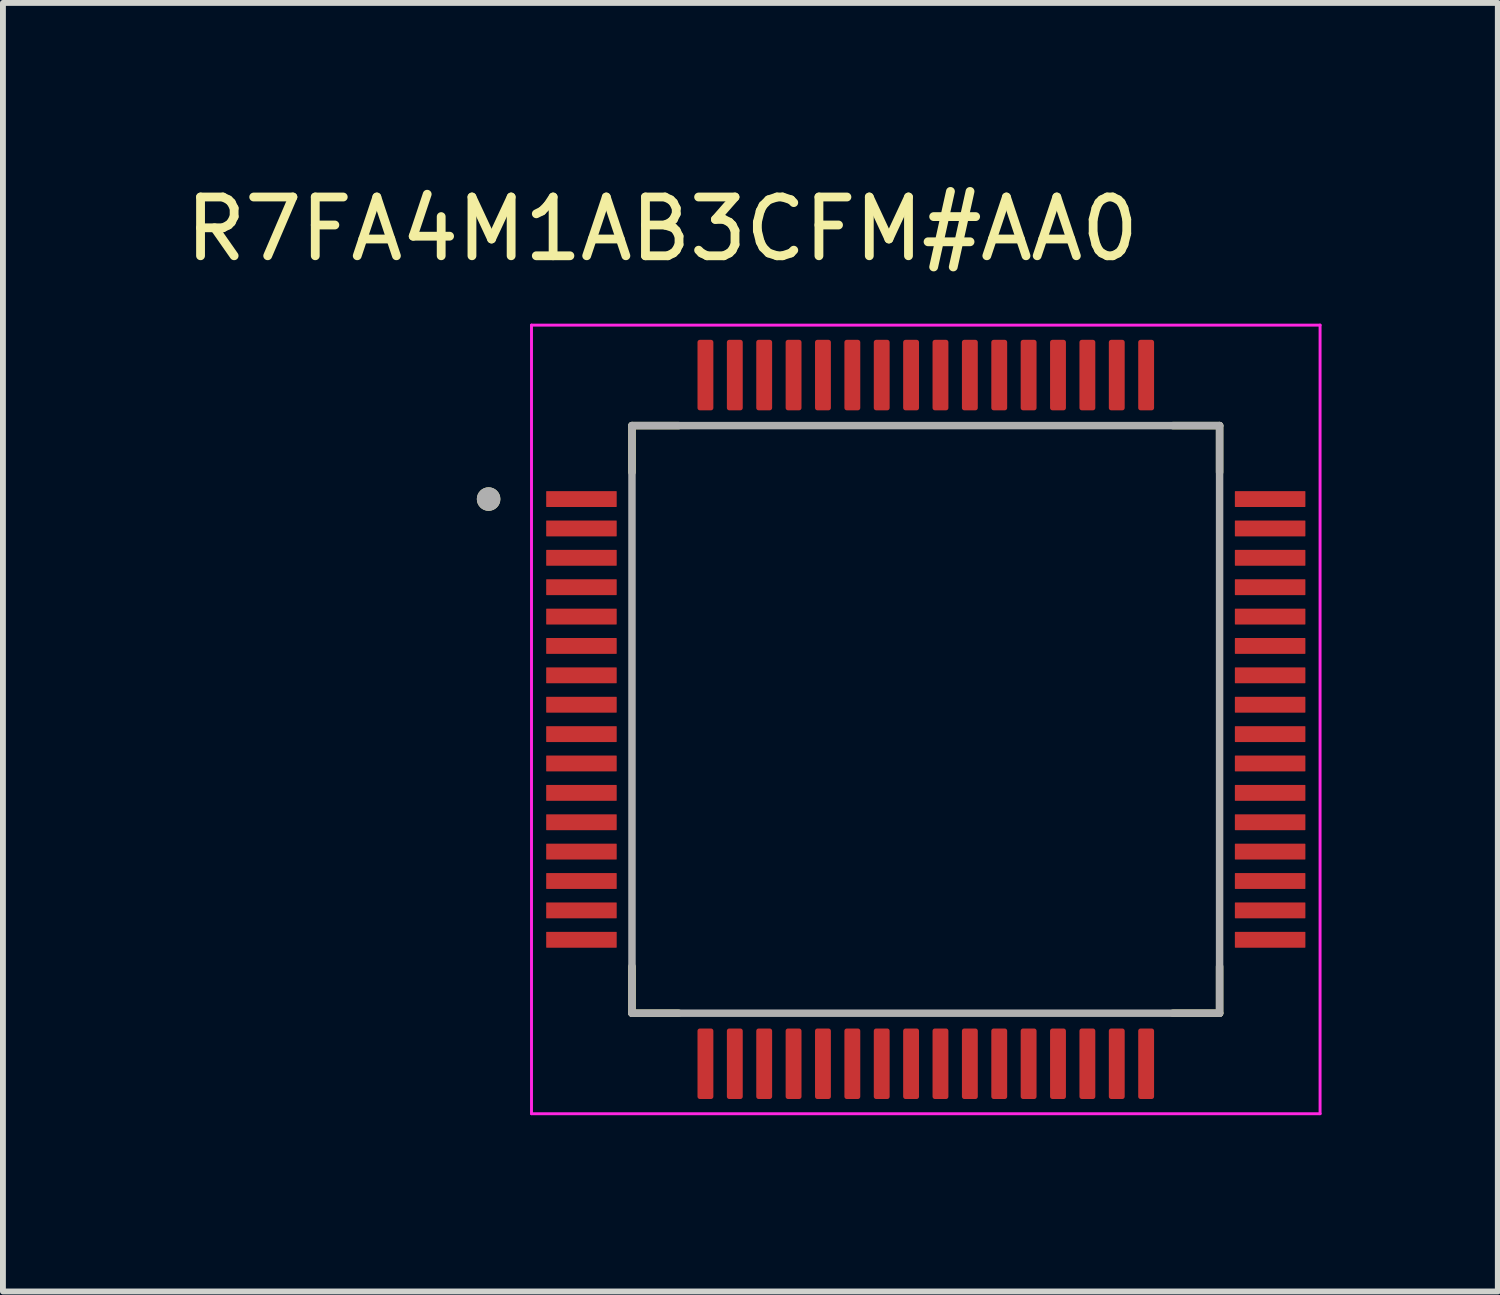
<source format=kicad_pcb>
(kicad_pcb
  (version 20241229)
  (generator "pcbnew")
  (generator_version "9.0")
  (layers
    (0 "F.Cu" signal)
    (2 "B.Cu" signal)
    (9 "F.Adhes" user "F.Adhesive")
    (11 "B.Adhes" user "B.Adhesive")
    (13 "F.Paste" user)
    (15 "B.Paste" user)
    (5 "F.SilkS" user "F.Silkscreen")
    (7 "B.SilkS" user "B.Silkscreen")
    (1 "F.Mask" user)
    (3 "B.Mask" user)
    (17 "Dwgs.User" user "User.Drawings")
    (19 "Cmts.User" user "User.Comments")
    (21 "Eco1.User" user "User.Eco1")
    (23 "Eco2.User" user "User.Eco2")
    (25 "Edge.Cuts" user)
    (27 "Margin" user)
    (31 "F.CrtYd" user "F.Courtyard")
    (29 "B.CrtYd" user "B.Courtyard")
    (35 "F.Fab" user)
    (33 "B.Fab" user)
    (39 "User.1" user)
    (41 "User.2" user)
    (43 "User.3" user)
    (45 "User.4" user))
  (footprint "R7FA4M1AB3CFM#AA0"
    (layer "F.Cu")
    (at 12.705 9.193)
    (property "Reference" "R7FA4M1AB3CFM#AA0" (at -4.485 -8.345 0) (layer "F.SilkS") (effects (font (size 1 1) (thickness 0.15))))
    (attr smd)
    (fp_line (start -5 -5) (end -5 -4.205) (stroke (width 0.127) (type solid)) (layer "F.SilkS"))
    (fp_line (start -5 -5) (end -4.205 -5) (stroke (width 0.127) (type solid)) (layer "F.SilkS"))
    (fp_line (start -5 5) (end -5 4.205) (stroke (width 0.127) (type solid)) (layer "F.SilkS"))
    (fp_line (start -5 5) (end -4.205 5) (stroke (width 0.127) (type solid)) (layer "F.SilkS"))
    (fp_line (start 5 -5) (end 4.205 -5) (stroke (width 0.127) (type solid)) (layer "F.SilkS"))
    (fp_line (start 5 -5) (end 5 -4.205) (stroke (width 0.127) (type solid)) (layer "F.SilkS"))
    (fp_line (start 5 5) (end 4.205 5) (stroke (width 0.127) (type solid)) (layer "F.SilkS"))
    (fp_line (start 5 5) (end 5 4.205) (stroke (width 0.127) (type solid)) (layer "F.SilkS"))
    (fp_circle (center -7.44 -3.75) (end -7.34 -3.75) (stroke (width 0.2) (type solid)) (fill no) (layer "F.SilkS"))
    (fp_line (start -6.71 -6.71) (end 6.71 -6.71) (stroke (width 0.05) (type solid)) (layer "F.CrtYd"))
    (fp_line (start -6.71 6.71) (end -6.71 -6.71) (stroke (width 0.05) (type solid)) (layer "F.CrtYd"))
    (fp_line (start -6.71 6.71) (end 6.71 6.71) (stroke (width 0.05) (type solid)) (layer "F.CrtYd"))
    (fp_line (start 6.71 6.71) (end 6.71 -6.71) (stroke (width 0.05) (type solid)) (layer "F.CrtYd"))
    (fp_line (start -5 5) (end -5 -5) (stroke (width 0.127) (type solid)) (layer "F.Fab"))
    (fp_line (start 5 -5) (end -5 -5) (stroke (width 0.127) (type solid)) (layer "F.Fab"))
    (fp_line (start 5 5) (end -5 5) (stroke (width 0.127) (type solid)) (layer "F.Fab"))
    (fp_line (start 5 5) (end 5 -5) (stroke (width 0.127) (type solid)) (layer "F.Fab"))
    (fp_circle (center -7.44 -3.75) (end -7.34 -3.75) (stroke (width 0.2) (type solid)) (fill no) (layer "F.Fab"))
    (pad "1" smd roundrect (at -5.86 -3.75) (size 1.2 0.27) (layers "F.Cu" "F.Mask" "F.Paste") (roundrect_rratio 0.03))
    (pad "2" smd roundrect (at -5.86 -3.25) (size 1.2 0.27) (layers "F.Cu" "F.Mask" "F.Paste") (roundrect_rratio 0.03))
    (pad "3" smd roundrect (at -5.86 -2.75) (size 1.2 0.27) (layers "F.Cu" "F.Mask" "F.Paste") (roundrect_rratio 0.03))
    (pad "4" smd roundrect (at -5.86 -2.25) (size 1.2 0.27) (layers "F.Cu" "F.Mask" "F.Paste") (roundrect_rratio 0.03))
    (pad "5" smd roundrect (at -5.86 -1.75) (size 1.2 0.27) (layers "F.Cu" "F.Mask" "F.Paste") (roundrect_rratio 0.03))
    (pad "6" smd roundrect (at -5.86 -1.25) (size 1.2 0.27) (layers "F.Cu" "F.Mask" "F.Paste") (roundrect_rratio 0.03))
    (pad "7" smd roundrect (at -5.86 -0.75) (size 1.2 0.27) (layers "F.Cu" "F.Mask" "F.Paste") (roundrect_rratio 0.03))
    (pad "8" smd roundrect (at -5.86 -0.25) (size 1.2 0.27) (layers "F.Cu" "F.Mask" "F.Paste") (roundrect_rratio 0.03))
    (pad "9" smd roundrect (at -5.86 0.25) (size 1.2 0.27) (layers "F.Cu" "F.Mask" "F.Paste") (roundrect_rratio 0.03))
    (pad "10" smd roundrect (at -5.86 0.75) (size 1.2 0.27) (layers "F.Cu" "F.Mask" "F.Paste") (roundrect_rratio 0.03))
    (pad "11" smd roundrect (at -5.86 1.25) (size 1.2 0.27) (layers "F.Cu" "F.Mask" "F.Paste") (roundrect_rratio 0.03))
    (pad "12" smd roundrect (at -5.86 1.75) (size 1.2 0.27) (layers "F.Cu" "F.Mask" "F.Paste") (roundrect_rratio 0.03))
    (pad "13" smd roundrect (at -5.86 2.25) (size 1.2 0.27) (layers "F.Cu" "F.Mask" "F.Paste") (roundrect_rratio 0.03))
    (pad "14" smd roundrect (at -5.86 2.75) (size 1.2 0.27) (layers "F.Cu" "F.Mask" "F.Paste") (roundrect_rratio 0.03))
    (pad "15" smd roundrect (at -5.86 3.25) (size 1.2 0.27) (layers "F.Cu" "F.Mask" "F.Paste") (roundrect_rratio 0.03))
    (pad "16" smd roundrect (at -5.86 3.75) (size 1.2 0.27) (layers "F.Cu" "F.Mask" "F.Paste") (roundrect_rratio 0.03))
    (pad "17" smd roundrect (at -3.75 5.86) (size 0.27 1.2) (layers "F.Cu" "F.Mask" "F.Paste") (roundrect_rratio 0.15))
    (pad "18" smd roundrect (at -3.25 5.86) (size 0.27 1.2) (layers "F.Cu" "F.Mask" "F.Paste") (roundrect_rratio 0.15))
    (pad "19" smd roundrect (at -2.75 5.86) (size 0.27 1.2) (layers "F.Cu" "F.Mask" "F.Paste") (roundrect_rratio 0.15))
    (pad "20" smd roundrect (at -2.25 5.86) (size 0.27 1.2) (layers "F.Cu" "F.Mask" "F.Paste") (roundrect_rratio 0.15))
    (pad "21" smd roundrect (at -1.75 5.86) (size 0.27 1.2) (layers "F.Cu" "F.Mask" "F.Paste") (roundrect_rratio 0.15))
    (pad "22" smd roundrect (at -1.25 5.86) (size 0.27 1.2) (layers "F.Cu" "F.Mask" "F.Paste") (roundrect_rratio 0.15))
    (pad "23" smd roundrect (at -0.75 5.86) (size 0.27 1.2) (layers "F.Cu" "F.Mask" "F.Paste") (roundrect_rratio 0.15))
    (pad "24" smd roundrect (at -0.25 5.86) (size 0.27 1.2) (layers "F.Cu" "F.Mask" "F.Paste") (roundrect_rratio 0.15))
    (pad "25" smd roundrect (at 0.25 5.86) (size 0.27 1.2) (layers "F.Cu" "F.Mask" "F.Paste") (roundrect_rratio 0.15))
    (pad "26" smd roundrect (at 0.75 5.86) (size 0.27 1.2) (layers "F.Cu" "F.Mask" "F.Paste") (roundrect_rratio 0.15))
    (pad "27" smd roundrect (at 1.25 5.86) (size 0.27 1.2) (layers "F.Cu" "F.Mask" "F.Paste") (roundrect_rratio 0.15))
    (pad "28" smd roundrect (at 1.75 5.86) (size 0.27 1.2) (layers "F.Cu" "F.Mask" "F.Paste") (roundrect_rratio 0.15))
    (pad "29" smd roundrect (at 2.25 5.86) (size 0.27 1.2) (layers "F.Cu" "F.Mask" "F.Paste") (roundrect_rratio 0.15))
    (pad "30" smd roundrect (at 2.75 5.86) (size 0.27 1.2) (layers "F.Cu" "F.Mask" "F.Paste") (roundrect_rratio 0.15))
    (pad "31" smd roundrect (at 3.25 5.86) (size 0.27 1.2) (layers "F.Cu" "F.Mask" "F.Paste") (roundrect_rratio 0.15))
    (pad "32" smd roundrect (at 3.75 5.86) (size 0.27 1.2) (layers "F.Cu" "F.Mask" "F.Paste") (roundrect_rratio 0.15))
    (pad "33" smd roundrect (at 5.86 3.75) (size 1.2 0.27) (layers "F.Cu" "F.Mask" "F.Paste") (roundrect_rratio 0.03))
    (pad "34" smd roundrect (at 5.86 3.25) (size 1.2 0.27) (layers "F.Cu" "F.Mask" "F.Paste") (roundrect_rratio 0.03))
    (pad "35" smd roundrect (at 5.86 2.75) (size 1.2 0.27) (layers "F.Cu" "F.Mask" "F.Paste") (roundrect_rratio 0.03))
    (pad "36" smd roundrect (at 5.86 2.25) (size 1.2 0.27) (layers "F.Cu" "F.Mask" "F.Paste") (roundrect_rratio 0.03))
    (pad "37" smd roundrect (at 5.86 1.75) (size 1.2 0.27) (layers "F.Cu" "F.Mask" "F.Paste") (roundrect_rratio 0.03))
    (pad "38" smd roundrect (at 5.86 1.25) (size 1.2 0.27) (layers "F.Cu" "F.Mask" "F.Paste") (roundrect_rratio 0.03))
    (pad "39" smd roundrect (at 5.86 0.75) (size 1.2 0.27) (layers "F.Cu" "F.Mask" "F.Paste") (roundrect_rratio 0.03))
    (pad "40" smd roundrect (at 5.86 0.25) (size 1.2 0.27) (layers "F.Cu" "F.Mask" "F.Paste") (roundrect_rratio 0.03))
    (pad "41" smd roundrect (at 5.86 -0.25) (size 1.2 0.27) (layers "F.Cu" "F.Mask" "F.Paste") (roundrect_rratio 0.03))
    (pad "42" smd roundrect (at 5.86 -0.75) (size 1.2 0.27) (layers "F.Cu" "F.Mask" "F.Paste") (roundrect_rratio 0.03))
    (pad "43" smd roundrect (at 5.86 -1.25) (size 1.2 0.27) (layers "F.Cu" "F.Mask" "F.Paste") (roundrect_rratio 0.03))
    (pad "44" smd roundrect (at 5.86 -1.75) (size 1.2 0.27) (layers "F.Cu" "F.Mask" "F.Paste") (roundrect_rratio 0.03))
    (pad "45" smd roundrect (at 5.86 -2.25) (size 1.2 0.27) (layers "F.Cu" "F.Mask" "F.Paste") (roundrect_rratio 0.03))
    (pad "46" smd roundrect (at 5.86 -2.75) (size 1.2 0.27) (layers "F.Cu" "F.Mask" "F.Paste") (roundrect_rratio 0.03))
    (pad "47" smd roundrect (at 5.86 -3.25) (size 1.2 0.27) (layers "F.Cu" "F.Mask" "F.Paste") (roundrect_rratio 0.03))
    (pad "48" smd roundrect (at 5.86 -3.75) (size 1.2 0.27) (layers "F.Cu" "F.Mask" "F.Paste") (roundrect_rratio 0.03))
    (pad "49" smd roundrect (at 3.75 -5.86) (size 0.27 1.2) (layers "F.Cu" "F.Mask" "F.Paste") (roundrect_rratio 0.15))
    (pad "50" smd roundrect (at 3.25 -5.86) (size 0.27 1.2) (layers "F.Cu" "F.Mask" "F.Paste") (roundrect_rratio 0.15))
    (pad "51" smd roundrect (at 2.75 -5.86) (size 0.27 1.2) (layers "F.Cu" "F.Mask" "F.Paste") (roundrect_rratio 0.15))
    (pad "52" smd roundrect (at 2.25 -5.86) (size 0.27 1.2) (layers "F.Cu" "F.Mask" "F.Paste") (roundrect_rratio 0.15))
    (pad "53" smd roundrect (at 1.75 -5.86) (size 0.27 1.2) (layers "F.Cu" "F.Mask" "F.Paste") (roundrect_rratio 0.15))
    (pad "54" smd roundrect (at 1.25 -5.86) (size 0.27 1.2) (layers "F.Cu" "F.Mask" "F.Paste") (roundrect_rratio 0.15))
    (pad "55" smd roundrect (at 0.75 -5.86) (size 0.27 1.2) (layers "F.Cu" "F.Mask" "F.Paste") (roundrect_rratio 0.15))
    (pad "56" smd roundrect (at 0.25 -5.86) (size 0.27 1.2) (layers "F.Cu" "F.Mask" "F.Paste") (roundrect_rratio 0.15))
    (pad "57" smd roundrect (at -0.25 -5.86) (size 0.27 1.2) (layers "F.Cu" "F.Mask" "F.Paste") (roundrect_rratio 0.15))
    (pad "58" smd roundrect (at -0.75 -5.86) (size 0.27 1.2) (layers "F.Cu" "F.Mask" "F.Paste") (roundrect_rratio 0.15))
    (pad "59" smd roundrect (at -1.25 -5.86) (size 0.27 1.2) (layers "F.Cu" "F.Mask" "F.Paste") (roundrect_rratio 0.15))
    (pad "60" smd roundrect (at -1.75 -5.86) (size 0.27 1.2) (layers "F.Cu" "F.Mask" "F.Paste") (roundrect_rratio 0.15))
    (pad "61" smd roundrect (at -2.25 -5.86) (size 0.27 1.2) (layers "F.Cu" "F.Mask" "F.Paste") (roundrect_rratio 0.15))
    (pad "62" smd roundrect (at -2.75 -5.86) (size 0.27 1.2) (layers "F.Cu" "F.Mask" "F.Paste") (roundrect_rratio 0.15))
    (pad "63" smd roundrect (at -3.25 -5.86) (size 0.27 1.2) (layers "F.Cu" "F.Mask" "F.Paste") (roundrect_rratio 0.15))
    (pad "64" smd roundrect (at -3.75 -5.86) (size 0.27 1.2) (layers "F.Cu" "F.Mask" "F.Paste") (roundrect_rratio 0.15)))
  (gr_rect
    (start -3 -3)
    (end 22.44 18.928)
    (stroke (width 0.1) (type default))
    (fill no)
    (layer "Edge.Cuts")))
</source>
